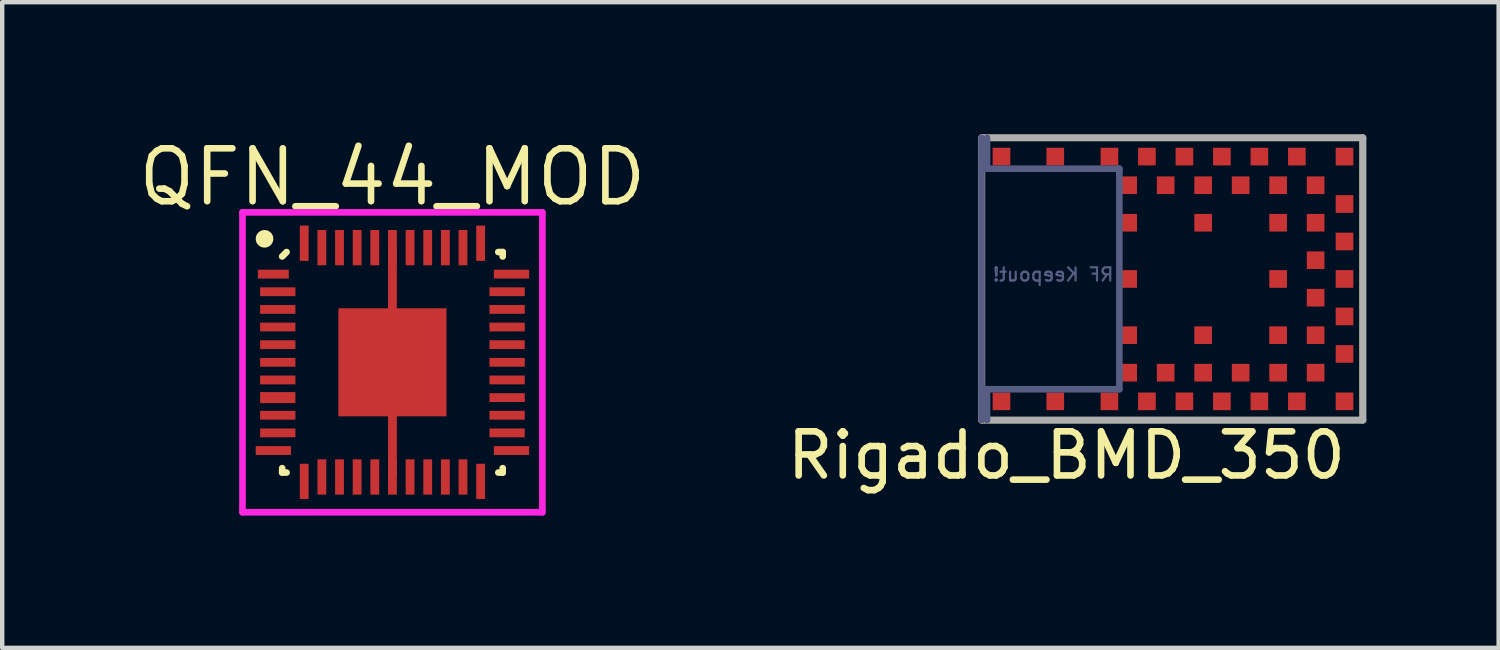
<source format=kicad_pcb>
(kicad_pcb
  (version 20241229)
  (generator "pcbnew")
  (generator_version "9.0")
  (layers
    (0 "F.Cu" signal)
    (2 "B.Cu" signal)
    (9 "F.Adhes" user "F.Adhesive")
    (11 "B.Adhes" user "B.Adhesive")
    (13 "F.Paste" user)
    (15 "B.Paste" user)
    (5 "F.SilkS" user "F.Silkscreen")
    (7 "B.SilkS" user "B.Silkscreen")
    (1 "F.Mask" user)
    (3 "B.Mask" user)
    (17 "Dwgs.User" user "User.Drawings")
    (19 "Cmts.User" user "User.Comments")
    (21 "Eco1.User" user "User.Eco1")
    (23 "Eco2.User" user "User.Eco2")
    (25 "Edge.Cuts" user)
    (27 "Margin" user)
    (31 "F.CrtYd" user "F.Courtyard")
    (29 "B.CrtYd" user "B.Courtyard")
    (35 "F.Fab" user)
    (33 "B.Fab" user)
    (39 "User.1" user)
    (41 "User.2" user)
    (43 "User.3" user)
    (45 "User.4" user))
  (footprint "Rigado_BMD_350"
    (layer "F.Cu")
    (at 23.53 3.275)
    (property "Reference" "Rigado_BMD_350" (at -2.4 4 0) (layer "F.SilkS") (effects (font (size 1 1) (thickness 0.15))))
    (attr through_hole)
    (fp_line (start -4.318 -3.2) (end -4.318 3.2) (stroke (width 0.15) (type solid)) (layer "F.SilkS"))
    (fp_line (start -4.318 3.2) (end 4.318 3.2) (stroke (width 0.15) (type solid)) (layer "F.SilkS"))
    (fp_line (start 4.318 -3.2) (end -4.318 -3.2) (stroke (width 0.15) (type solid)) (layer "F.SilkS"))
    (fp_line (start 4.318 3.2) (end 4.318 -3.2) (stroke (width 0.15) (type solid)) (layer "F.SilkS"))
    (fp_line (start -4.325 -3.2) (end -4.325 3.2) (stroke (width 0.15) (type solid)) (layer "B.Fab"))
    (fp_line (start -4.325 -2.5) (end -1.2 -2.5) (stroke (width 0.15) (type solid)) (layer "B.Fab"))
    (fp_line (start -4.325 2.5) (end -1.2 2.5) (stroke (width 0.15) (type solid)) (layer "B.Fab"))
    (fp_line (start -4.2 -3.2) (end -4.2 -2.5) (stroke (width 0.15) (type solid)) (layer "B.Fab"))
    (fp_line (start -4.2 3.2) (end -4.2 2.5) (stroke (width 0.15) (type solid)) (layer "B.Fab"))
    (fp_line (start -1.2 -2.5) (end -1.2 2.5) (stroke (width 0.15) (type solid)) (layer "B.Fab"))
    (fp_line (start -4.325 -3.2) (end -4.325 3.2) (stroke (width 0.15) (type solid)) (layer "F.Fab"))
    (fp_line (start -4.325 -3.2) (end 4.325 -3.2) (stroke (width 0.15) (type solid)) (layer "F.Fab"))
    (fp_line (start -4.325 3.2) (end 4.325 3.2) (stroke (width 0.15) (type solid)) (layer "F.Fab"))
    (fp_line (start 4.325 3.2) (end 4.325 -3.2) (stroke (width 0.15) (type solid)) (layer "F.Fab"))
    (fp_text user "RF Keepout!" (at -2.7 -0.1 0) (layer "B.Fab") (effects (font (size 0.3 0.3) (thickness 0.05)) (justify mirror)))
    (pad "1" smd rect (at -3.873 2.775) (size 0.4 0.4) (layers "F.Cu" "F.Mask" "F.Paste"))
    (pad "2" smd rect (at -2.653 2.775) (size 0.4 0.4) (layers "F.Cu" "F.Mask" "F.Paste"))
    (pad "3" smd rect (at -1.425 2.775) (size 0.4 0.4) (layers "F.Cu" "F.Mask" "F.Paste"))
    (pad "4" smd rect (at -1 2.125) (size 0.4 0.4) (layers "F.Cu" "F.Mask" "F.Paste"))
    (pad "5" smd rect (at -0.575 2.775) (size 0.4 0.4) (layers "F.Cu" "F.Mask" "F.Paste"))
    (pad "6" smd rect (at -0.15 2.125) (size 0.4 0.4) (layers "F.Cu" "F.Mask" "F.Paste"))
    (pad "7" smd rect (at 0.275 2.775) (size 0.4 0.4) (layers "F.Cu" "F.Mask" "F.Paste"))
    (pad "8" smd rect (at 0.7 2.125) (size 0.4 0.4) (layers "F.Cu" "F.Mask" "F.Paste"))
    (pad "9" smd rect (at 1.125 2.775) (size 0.4 0.4) (layers "F.Cu" "F.Mask" "F.Paste"))
    (pad "10" smd rect (at 1.55 2.125) (size 0.4 0.4) (layers "F.Cu" "F.Mask" "F.Paste"))
    (pad "11" smd rect (at 1.975 2.775) (size 0.4 0.4) (layers "F.Cu" "F.Mask" "F.Paste"))
    (pad "12" smd rect (at 2.4 2.125) (size 0.4 0.4) (layers "F.Cu" "F.Mask" "F.Paste"))
    (pad "13" smd rect (at 2.825 2.775) (size 0.4 0.4) (layers "F.Cu" "F.Mask" "F.Paste"))
    (pad "14" smd rect (at 3.25 2.125) (size 0.4 0.4) (layers "F.Cu" "F.Mask" "F.Paste"))
    (pad "15" smd rect (at 3.905 2.775) (size 0.4 0.4) (layers "F.Cu" "F.Mask" "F.Paste"))
    (pad "16" smd rect (at 3.905 1.7) (size 0.4 0.4) (layers "F.Cu" "F.Mask" "F.Paste"))
    (pad "17" smd rect (at 3.25 1.275) (size 0.4 0.4) (layers "F.Cu" "F.Mask" "F.Paste"))
    (pad "18" smd rect (at 3.905 0.85) (size 0.4 0.4) (layers "F.Cu" "F.Mask" "F.Paste"))
    (pad "19" smd rect (at 3.25 0.425) (size 0.4 0.4) (layers "F.Cu" "F.Mask" "F.Paste"))
    (pad "20" smd rect (at 3.905 0) (size 0.4 0.4) (layers "F.Cu" "F.Mask" "F.Paste"))
    (pad "21" smd rect (at 3.25 -0.425) (size 0.4 0.4) (layers "F.Cu" "F.Mask" "F.Paste"))
    (pad "22" smd rect (at 3.905 -0.85) (size 0.4 0.4) (layers "F.Cu" "F.Mask" "F.Paste"))
    (pad "23" smd rect (at 3.25 -1.275) (size 0.4 0.4) (layers "F.Cu" "F.Mask" "F.Paste"))
    (pad "24" smd rect (at 3.905 -1.7) (size 0.4 0.4) (layers "F.Cu" "F.Mask" "F.Paste"))
    (pad "25" smd rect (at 3.25 -2.125) (size 0.4 0.4) (layers "F.Cu" "F.Mask" "F.Paste"))
    (pad "26" smd rect (at 3.905 -2.775) (size 0.4 0.4) (layers "F.Cu" "F.Mask" "F.Paste"))
    (pad "27" smd rect (at 2.825 -2.775) (size 0.4 0.4) (layers "F.Cu" "F.Mask" "F.Paste"))
    (pad "28" smd rect (at 2.4 -2.125) (size 0.4 0.4) (layers "F.Cu" "F.Mask" "F.Paste"))
    (pad "29" smd rect (at 1.975 -2.775) (size 0.4 0.4) (layers "F.Cu" "F.Mask" "F.Paste"))
    (pad "30" smd rect (at 1.55 -2.125) (size 0.4 0.4) (layers "F.Cu" "F.Mask" "F.Paste"))
    (pad "31" smd rect (at 1.125 -2.775) (size 0.4 0.4) (layers "F.Cu" "F.Mask" "F.Paste"))
    (pad "32" smd rect (at 0.7 -2.125) (size 0.4 0.4) (layers "F.Cu" "F.Mask" "F.Paste"))
    (pad "33" smd rect (at 0.275 -2.775) (size 0.4 0.4) (layers "F.Cu" "F.Mask" "F.Paste"))
    (pad "34" smd rect (at -0.15 -2.125) (size 0.4 0.4) (layers "F.Cu" "F.Mask" "F.Paste"))
    (pad "35" smd rect (at -0.575 -2.775) (size 0.4 0.4) (layers "F.Cu" "F.Mask" "F.Paste"))
    (pad "36" smd rect (at -1 -2.125) (size 0.4 0.4) (layers "F.Cu" "F.Mask" "F.Paste"))
    (pad "37" smd rect (at -1.425 -2.775) (size 0.4 0.4) (layers "F.Cu" "F.Mask" "F.Paste"))
    (pad "38" smd rect (at -2.653 -2.775) (size 0.4 0.4) (layers "F.Cu" "F.Mask" "F.Paste"))
    (pad "39" smd rect (at -3.873 -2.775) (size 0.4 0.4) (layers "F.Cu" "F.Mask" "F.Paste"))
    (pad "40" smd rect (at -1 1.275) (size 0.4 0.4) (layers "F.Cu" "F.Mask" "F.Paste"))
    (pad "41" smd rect (at 0.7 1.275) (size 0.4 0.4) (layers "F.Cu" "F.Mask" "F.Paste"))
    (pad "42" smd rect (at 2.4 1.275) (size 0.4 0.4) (layers "F.Cu" "F.Mask" "F.Paste"))
    (pad "43" smd rect (at 2.4 0) (size 0.4 0.4) (layers "F.Cu" "F.Mask" "F.Paste"))
    (pad "44" smd rect (at 2.4 -1.275) (size 0.4 0.4) (layers "F.Cu" "F.Mask" "F.Paste"))
    (pad "45" smd rect (at 0.7 -1.275) (size 0.4 0.4) (layers "F.Cu" "F.Mask" "F.Paste"))
    (pad "46" smd rect (at -1 -1.275) (size 0.4 0.4) (layers "F.Cu" "F.Mask" "F.Paste"))
    (pad "47" smd rect (at -1 0) (size 0.4 0.4) (layers "F.Cu" "F.Mask" "F.Paste")))
  (footprint "QFN_44_MOD"
    (layer "F.Cu")
    (at 5.848 5.165)
    (property "Reference" "QFN_44_MOD" (at 0 -4.2 0) (layer "F.SilkS") (effects (font (size 1.2 1.2) (thickness 0.15))))
    (attr through_hole)
    (fp_line (start -2.5 -2.4) (end -2.4 -2.5) (stroke (width 0.15) (type solid)) (layer "F.SilkS"))
    (fp_line (start -2.5 2.5) (end -2.5 2.4) (stroke (width 0.15) (type solid)) (layer "F.SilkS"))
    (fp_line (start -2.4 2.5) (end -2.5 2.5) (stroke (width 0.15) (type solid)) (layer "F.SilkS"))
    (fp_line (start 2.4 -2.5) (end 2.5 -2.5) (stroke (width 0.15) (type solid)) (layer "F.SilkS"))
    (fp_line (start 2.4 2.5) (end 2.5 2.5) (stroke (width 0.15) (type solid)) (layer "F.SilkS"))
    (fp_line (start 2.5 -2.5) (end 2.5 -2.4) (stroke (width 0.15) (type solid)) (layer "F.SilkS"))
    (fp_line (start 2.5 2.5) (end 2.5 2.4) (stroke (width 0.15) (type solid)) (layer "F.SilkS"))
    (fp_circle (center -2.9 -2.8) (end -2.9 -2.9) (stroke (width 0.2) (type solid)) (fill no) (layer "F.SilkS"))
    (fp_line (start -3.4 -3.4) (end 3.4 -3.4) (stroke (width 0.15) (type solid)) (layer "F.CrtYd"))
    (fp_line (start -3.4 3.4) (end -3.4 -3.4) (stroke (width 0.15) (type solid)) (layer "F.CrtYd"))
    (fp_line (start 3.4 -3.4) (end 3.4 3.4) (stroke (width 0.15) (type solid)) (layer "F.CrtYd"))
    (fp_line (start 3.4 3.4) (end -3.4 3.4) (stroke (width 0.15) (type solid)) (layer "F.CrtYd"))
    (pad "1" smd rect (at -2.7 -2 90) (size 0.2 0.7) (layers "F.Cu" "F.Mask" "F.Paste"))
    (pad "2" smd rect (at -2.6 -1.6 90) (size 0.2 0.8) (layers "F.Cu" "F.Mask" "F.Paste"))
    (pad "3" smd rect (at -2.6 -1.2 90) (size 0.2 0.8) (layers "F.Cu" "F.Mask" "F.Paste"))
    (pad "4" smd rect (at -2.6 -0.8 90) (size 0.2 0.8) (layers "F.Cu" "F.Mask" "F.Paste"))
    (pad "5" smd rect (at -2.6 -0.4 90) (size 0.2 0.8) (layers "F.Cu" "F.Mask" "F.Paste"))
    (pad "6" smd rect (at -2.6 0 90) (size 0.2 0.8) (layers "F.Cu" "F.Mask" "F.Paste"))
    (pad "7" smd rect (at -2.6 0.4 90) (size 0.2 0.8) (layers "F.Cu" "F.Mask" "F.Paste"))
    (pad "8" smd rect (at -2.6 0.8 90) (size 0.25 0.8) (layers "F.Cu" "F.Mask" "F.Paste"))
    (pad "9" smd rect (at -2.6 1.2 90) (size 0.2 0.8) (layers "F.Cu" "F.Mask" "F.Paste"))
    (pad "10" smd rect (at -2.6 1.6 90) (size 0.2 0.8) (layers "F.Cu" "F.Mask" "F.Paste"))
    (pad "11" smd rect (at -2.7 2 90) (size 0.2 0.8) (layers "F.Cu" "F.Mask" "F.Paste"))
    (pad "12" smd rect (at -2 2.7) (size 0.2 0.8) (layers "F.Cu" "F.Mask" "F.Paste"))
    (pad "13" smd rect (at -1.6 2.6) (size 0.2 0.8) (layers "F.Cu" "F.Mask" "F.Paste"))
    (pad "14" smd rect (at -1.2 2.6) (size 0.2 0.8) (layers "F.Cu" "F.Mask" "F.Paste"))
    (pad "15" smd rect (at -0.8 2.6) (size 0.2 0.8) (layers "F.Cu" "F.Mask" "F.Paste"))
    (pad "16" smd rect (at -0.4 2.6) (size 0.2 0.8) (layers "F.Cu" "F.Mask" "F.Paste"))
    (pad "17" smd rect (at 0 0) (size 2.45 2.45) (layers "F.Cu" "F.Mask" "F.Paste"))
    (pad "17" smd rect (at 0 2.6) (size 0.2 0.8) (layers "F.Cu" "F.Mask" "F.Paste"))
    (pad "18" smd rect (at 0.4 2.6) (size 0.2 0.8) (layers "F.Cu" "F.Mask" "F.Paste"))
    (pad "19" smd rect (at 0.8 2.6) (size 0.2 0.8) (layers "F.Cu" "F.Mask" "F.Paste"))
    (pad "20" smd rect (at 1.2 2.6) (size 0.2 0.8) (layers "F.Cu" "F.Mask" "F.Paste"))
    (pad "21" smd rect (at 1.6 2.6) (size 0.2 0.8) (layers "F.Cu" "F.Mask" "F.Paste"))
    (pad "22" smd rect (at 2 2.7) (size 0.2 0.8) (layers "F.Cu" "F.Mask" "F.Paste"))
    (pad "23" smd rect (at 2.7 2 90) (size 0.2 0.8) (layers "F.Cu" "F.Mask" "F.Paste"))
    (pad "24" smd rect (at 2.6 1.6 90) (size 0.2 0.8) (layers "F.Cu" "F.Mask" "F.Paste"))
    (pad "25" smd rect (at 2.6 1.2 90) (size 0.2 0.8) (layers "F.Cu" "F.Mask" "F.Paste"))
    (pad "26" smd rect (at 2.6 0.8 90) (size 0.2 0.8) (layers "F.Cu" "F.Mask" "F.Paste"))
    (pad "27" smd rect (at 2.6 0.4 90) (size 0.2 0.8) (layers "F.Cu" "F.Mask" "F.Paste"))
    (pad "28" smd rect (at 2.6 0 90) (size 0.2 0.8) (layers "F.Cu" "F.Mask" "F.Paste"))
    (pad "29" smd rect (at 2.6 -0.4 90) (size 0.2 0.8) (layers "F.Cu" "F.Mask" "F.Paste"))
    (pad "30" smd rect (at 2.6 -0.8 90) (size 0.2 0.8) (layers "F.Cu" "F.Mask" "F.Paste"))
    (pad "31" smd rect (at 2.6 -1.2 90) (size 0.2 0.8) (layers "F.Cu" "F.Mask" "F.Paste"))
    (pad "32" smd rect (at 2.6 -1.6 90) (size 0.2 0.8) (layers "F.Cu" "F.Mask" "F.Paste"))
    (pad "33" smd rect (at 2.7 -2 90) (size 0.2 0.8) (layers "F.Cu" "F.Mask" "F.Paste"))
    (pad "34" smd rect (at 2 -2.7) (size 0.2 0.8) (layers "F.Cu" "F.Mask" "F.Paste"))
    (pad "35" smd rect (at 1.6 -2.6) (size 0.2 0.8) (layers "F.Cu" "F.Mask" "F.Paste"))
    (pad "36" smd rect (at 1.2 -2.6) (size 0.2 0.8) (layers "F.Cu" "F.Mask" "F.Paste"))
    (pad "37" smd rect (at 0.8 -2.6) (size 0.2 0.8) (layers "F.Cu" "F.Mask" "F.Paste"))
    (pad "38" smd rect (at 0.4 -2.6) (size 0.2 0.8) (layers "F.Cu" "F.Mask" "F.Paste"))
    (pad "39" smd rect (at 0 -2.6) (size 0.2 0.8) (layers "F.Cu" "F.Mask" "F.Paste"))
    (pad "39" smd rect (at 0 0) (size 0.2 5.2) (layers "F.Cu" "F.Mask" "F.Paste"))
    (pad "40" smd rect (at -0.4 -2.6) (size 0.2 0.8) (layers "F.Cu" "F.Mask" "F.Paste"))
    (pad "41" smd rect (at -0.8 -2.6) (size 0.2 0.8) (layers "F.Cu" "F.Mask" "F.Paste"))
    (pad "42" smd rect (at -1.2 -2.6) (size 0.2 0.8) (layers "F.Cu" "F.Mask" "F.Paste"))
    (pad "43" smd rect (at -1.6 -2.6) (size 0.2 0.8) (layers "F.Cu" "F.Mask" "F.Paste"))
    (pad "44" smd rect (at -2 -2.7) (size 0.2 0.8) (layers "F.Cu" "F.Mask" "F.Paste")))
  (gr_rect
    (start -3 -3)
    (end 30.93 11.64)
    (stroke (width 0.1) (type default))
    (fill no)
    (layer "Edge.Cuts")))
</source>
